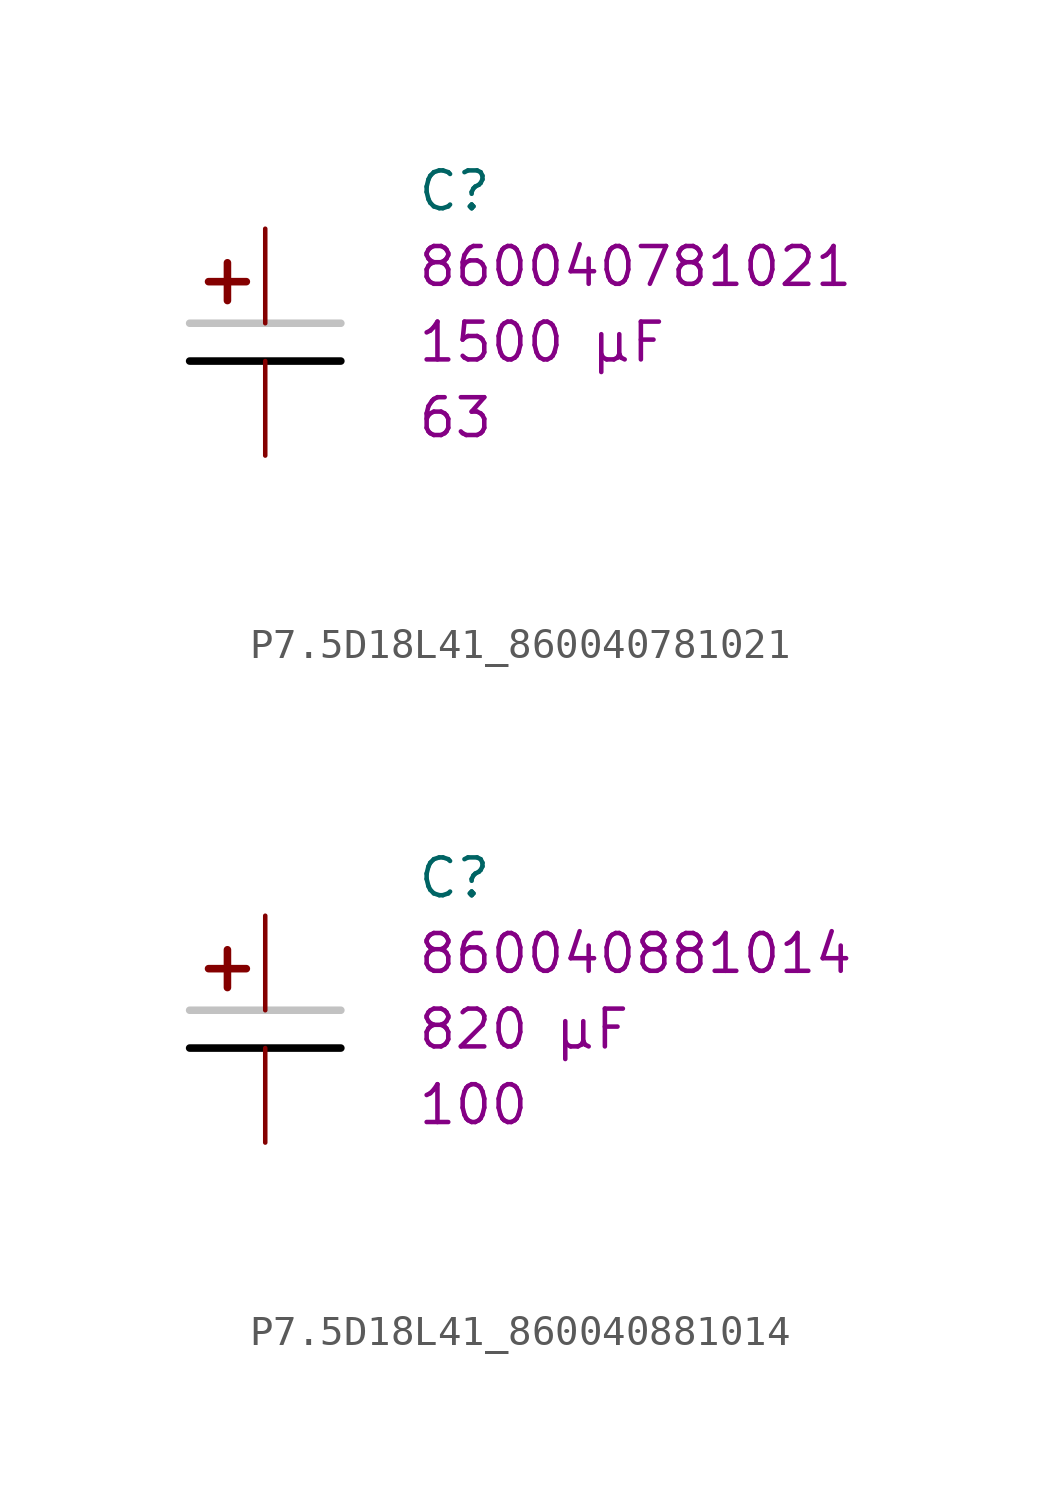
<source format=kicad_sym>
(kicad_symbol_lib
  (version 20220914)
  (generator kicad_symbol_editor)
  (symbol "P7.5D18L41_860040781021"
    (pin_numbers hide)
    (pin_names hide)
    (property "Reference" "C"
      (at 5.08 5.08 0)
      (effects (font (size 1.27 1.27)) (justify left)))
    (property "Part Number" "860040781021"
      (at 5.08 2.54 0)
      (effects (font (size 1.27 1.27)) (justify left)))
    (property "Capacitance" "1500 µF"
      (at 5.08 0 0)
      (effects (font (size 1.27 1.27)) (justify left)))
    (property "Voltage" "63"
      (at 5.08 -2.54 0)
      (effects (font (size 1.27 1.27)) (justify left)))
    (property "Critical Parameter" ""
      (at 0 -7.62 0)
      (effects (font (size 1.27 1.27)) (justify left)))
    (symbol "P7.5D18L41_860040781021_1_1"
      (polyline (pts (xy -1.27 2.667) (xy -1.27 1.397)) (stroke (width 0.254) (type default)) (fill (type none)))
      (polyline (pts (xy -0.635 2.032) (xy -1.905 2.032)) (stroke (width 0.254) (type default)) (fill (type none)))
      (polyline (pts (xy 2.54 -0.635) (xy -2.54 -0.635)) (stroke (width 0.254) (type default) (color 0 0 0 1)) (fill (type none)))
      (polyline (pts (xy 2.54 0.635) (xy -2.54 0.635)) (stroke (width 0.254) (type default) (color 194 194 194 1)) (fill (type none)))
      (pin passive line (at 0 3.81 270) (length 3.175) (name "1" (effects (font (size 1.27 1.27)))) (number "1" (effects (font (size 1.27 1.27)))))
      (pin passive line (at 0 -3.81 90) (length 3.175) (name "2" (effects (font (size 1.27 1.27)))) (number "2" (effects (font (size 1.27 1.27)))))))
  (symbol "P7.5D18L41_860040881014"
    (pin_numbers hide)
    (pin_names hide)
    (property "Reference" "C"
      (at 5.08 5.08 0)
      (effects (font (size 1.27 1.27)) (justify left)))
    (property "Part Number" "860040881014"
      (at 5.08 2.54 0)
      (effects (font (size 1.27 1.27)) (justify left)))
    (property "Capacitance" "820 µF"
      (at 5.08 0 0)
      (effects (font (size 1.27 1.27)) (justify left)))
    (property "Voltage" "100"
      (at 5.08 -2.54 0)
      (effects (font (size 1.27 1.27)) (justify left)))
    (property "Critical Parameter" ""
      (at 0 -7.62 0)
      (effects (font (size 1.27 1.27)) (justify left)))
    (symbol "P7.5D18L41_860040881014_1_1"
      (polyline (pts (xy -1.27 2.667) (xy -1.27 1.397)) (stroke (width 0.254) (type default)) (fill (type none)))
      (polyline (pts (xy -0.635 2.032) (xy -1.905 2.032)) (stroke (width 0.254) (type default)) (fill (type none)))
      (polyline (pts (xy 2.54 -0.635) (xy -2.54 -0.635)) (stroke (width 0.254) (type default) (color 0 0 0 1)) (fill (type none)))
      (polyline (pts (xy 2.54 0.635) (xy -2.54 0.635)) (stroke (width 0.254) (type default) (color 194 194 194 1)) (fill (type none)))
      (pin passive line (at 0 3.81 270) (length 3.175) (name "1" (effects (font (size 1.27 1.27)))) (number "1" (effects (font (size 1.27 1.27)))))
      (pin passive line (at 0 -3.81 90) (length 3.175) (name "2" (effects (font (size 1.27 1.27)))) (number "2" (effects (font (size 1.27 1.27))))))))
</source>
